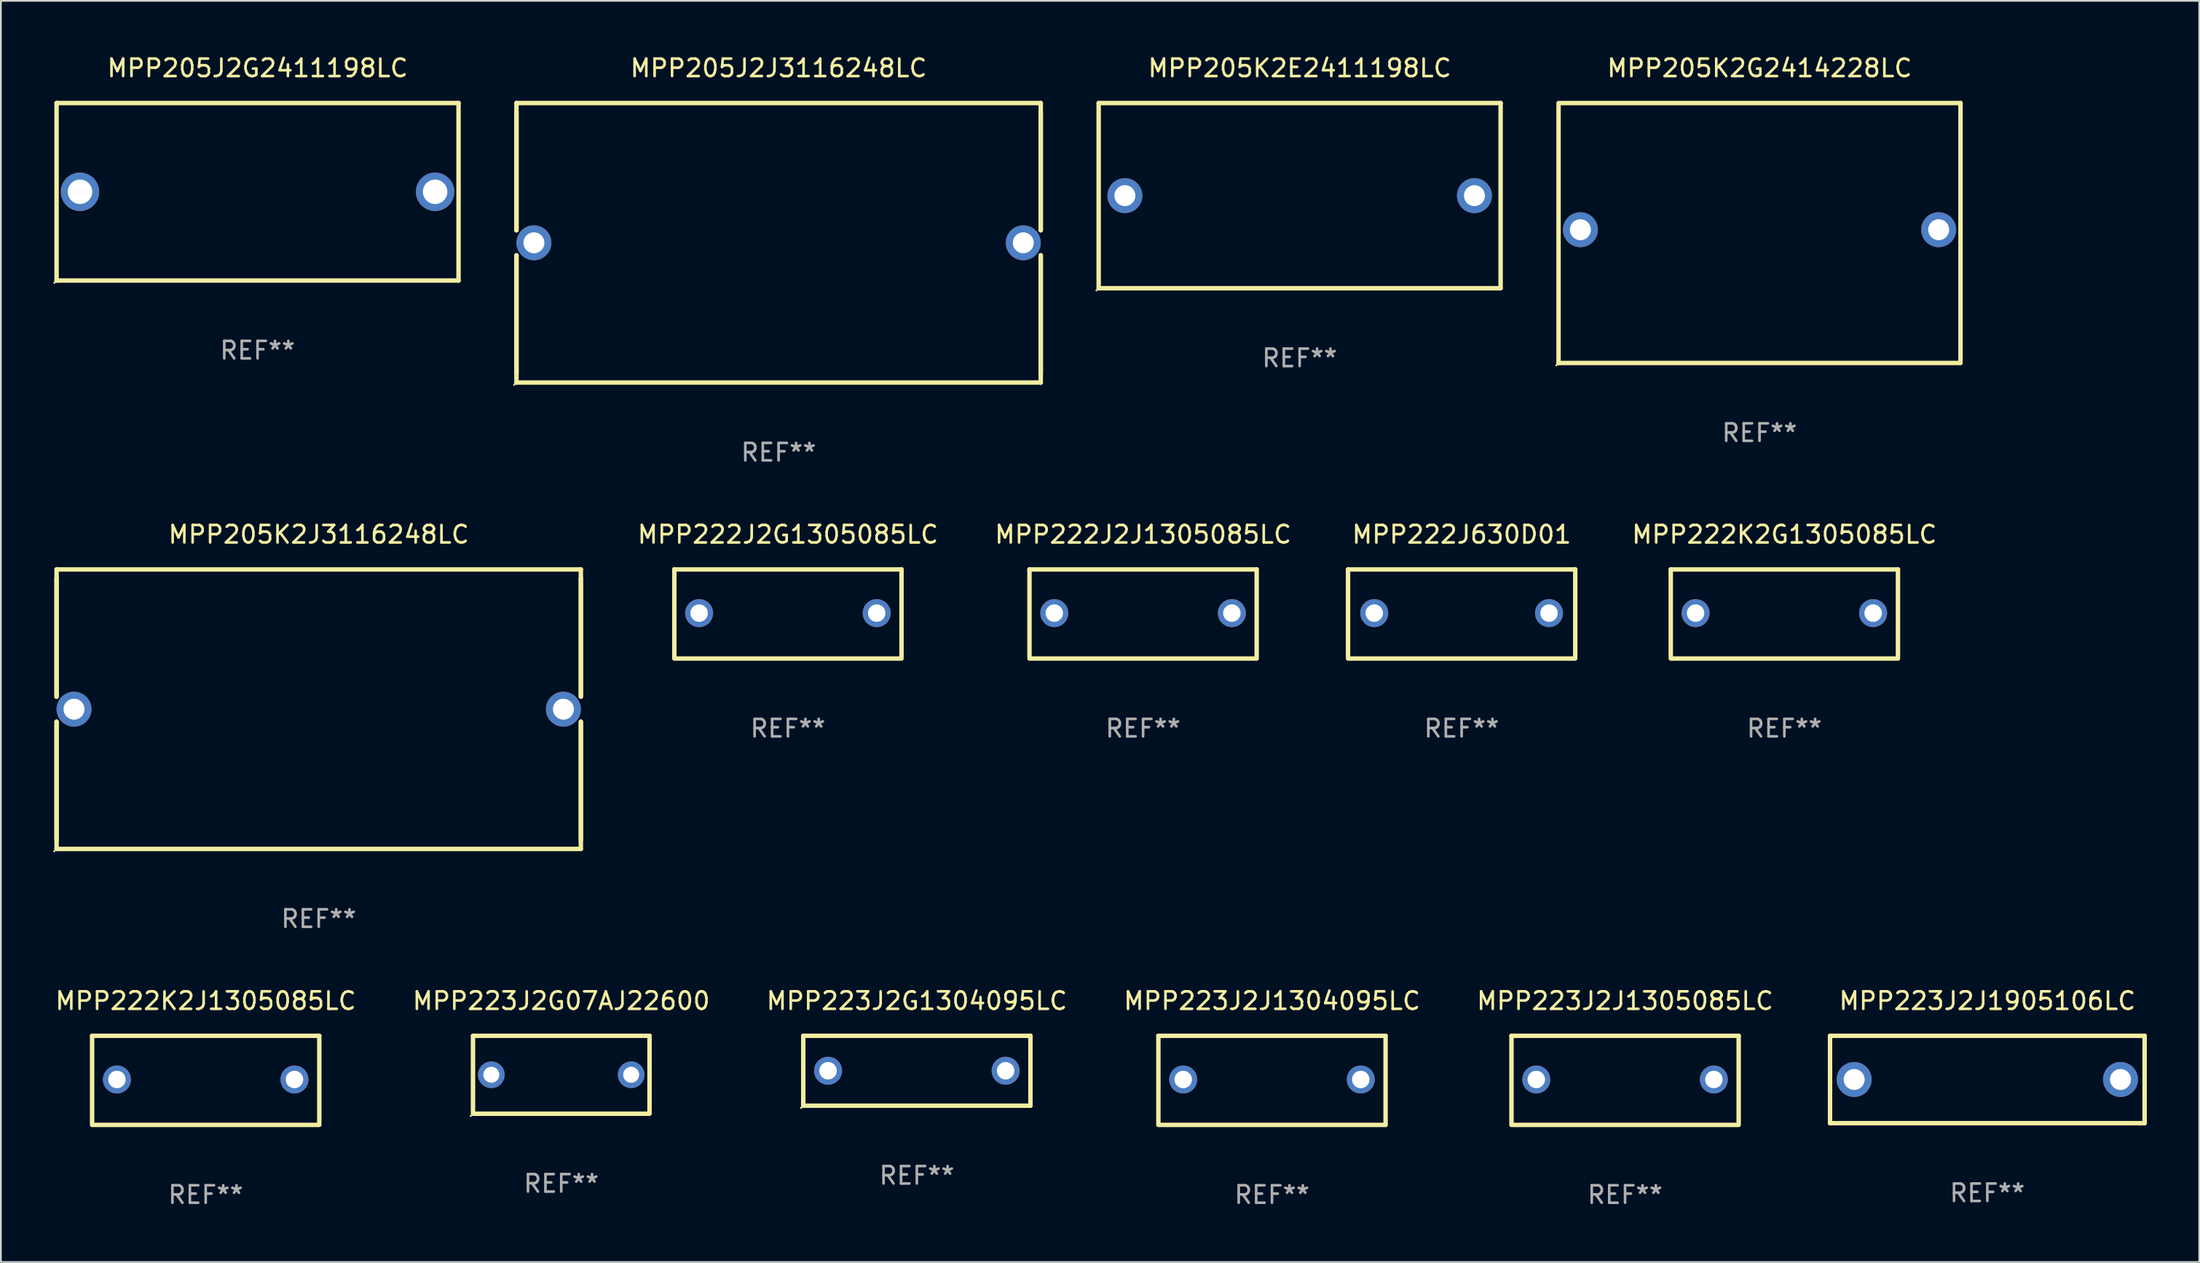
<source format=kicad_pcb>
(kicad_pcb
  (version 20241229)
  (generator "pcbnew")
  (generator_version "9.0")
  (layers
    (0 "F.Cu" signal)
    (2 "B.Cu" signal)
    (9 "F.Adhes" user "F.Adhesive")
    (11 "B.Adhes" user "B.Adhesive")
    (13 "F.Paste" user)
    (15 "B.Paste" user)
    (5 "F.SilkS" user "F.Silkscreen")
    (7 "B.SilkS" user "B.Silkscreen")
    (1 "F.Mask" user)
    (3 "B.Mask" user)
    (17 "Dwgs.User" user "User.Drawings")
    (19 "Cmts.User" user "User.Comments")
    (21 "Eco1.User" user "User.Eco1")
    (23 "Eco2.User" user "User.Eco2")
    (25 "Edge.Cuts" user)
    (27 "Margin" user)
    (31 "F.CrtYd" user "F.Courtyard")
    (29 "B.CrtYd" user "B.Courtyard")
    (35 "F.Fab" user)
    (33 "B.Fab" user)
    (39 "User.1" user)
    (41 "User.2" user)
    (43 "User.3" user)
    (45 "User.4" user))
  (footprint "MPP223J2J1905106LC"
    (layer "F.Cu")
    (at 110.663 58.741)
    (property "Reference" "MPP223J2J1905106LC" (at 0 -4.5 0) (layer "F.SilkS") (effects (font (size 1 1) (thickness 0.15))))
    (attr through_hole)
    (fp_line (start -9 -2.5) (end 9 -2.5) (stroke (width 0.254) (type solid)) (layer "F.SilkS"))
    (fp_line (start -9 2.5) (end -9 -2.5) (stroke (width 0.254) (type solid)) (layer "F.SilkS"))
    (fp_line (start 9 -2.5) (end 9 2.5) (stroke (width 0.254) (type solid)) (layer "F.SilkS"))
    (fp_line (start 9 2.5) (end -9 2.5) (stroke (width 0.254) (type solid)) (layer "F.SilkS"))
    (fp_circle (center -9 2.5) (end -8.97 2.5) (stroke (width 0.06) (type solid)) (fill no) (layer "F.SilkS"))
    (fp_text user "REF**" (at 0 6.5 0) (layer "F.Fab") (effects (font (size 1 1) (thickness 0.15))))
    (pad "1" thru_hole circle (at -7.62 -0.000127) (size 2 2) (drill 1.2) (layers "*.Cu" "*.Mask"))
    (pad "2" thru_hole circle (at 7.62 -0.000127) (size 2 2) (drill 1.2) (layers "*.Cu" "*.Mask")))
  (footprint "MPP223J2J1304095LC"
    (layer "F.Cu")
    (at 69.732 58.791)
    (property "Reference" "MPP223J2J1304095LC" (at 0 -4.55 0) (layer "F.SilkS") (effects (font (size 1 1) (thickness 0.15))))
    (attr through_hole)
    (fp_line (start -6.5 -2.55) (end 6.5 -2.55) (stroke (width 0.254) (type solid)) (layer "F.SilkS"))
    (fp_line (start -6.5 2.45) (end -6.5 -2.55) (stroke (width 0.254) (type solid)) (layer "F.SilkS"))
    (fp_line (start 6.5 -2.55) (end 6.5 2.45) (stroke (width 0.254) (type solid)) (layer "F.SilkS"))
    (fp_line (start 6.5 2.55) (end -6.5 2.55) (stroke (width 0.254) (type solid)) (layer "F.SilkS"))
    (fp_circle (center -6.5 2.45) (end -6.47 2.45) (stroke (width 0.06) (type solid)) (fill no) (layer "F.SilkS"))
    (fp_text user "REF**" (at 0 6.55 0) (layer "F.Fab") (effects (font (size 1 1) (thickness 0.15))))
    (pad "1" thru_hole circle (at -5.08 -0.05) (size 1.6 1.6) (drill 1) (layers "*.Cu" "*.Mask"))
    (pad "2" thru_hole circle (at 5.08 -0.05) (size 1.6 1.6) (drill 1) (layers "*.Cu" "*.Mask")))
  (footprint "MPP205J2G2411198LC"
    (layer "F.Cu")
    (at 11.687 7.928)
    (property "Reference" "MPP205J2G2411198LC" (at 0 -7.08 0) (layer "F.SilkS") (effects (font (size 1 1) (thickness 0.15))))
    (attr through_hole)
    (fp_line (start -11.5 -5.08) (end -11.5 5.08) (stroke (width 0.254) (type solid)) (layer "F.SilkS"))
    (fp_line (start -11.5 -5.08) (end 11.5 -5.08) (stroke (width 0.254) (type solid)) (layer "F.SilkS"))
    (fp_line (start 11.5 5.08) (end -11.5 5.08) (stroke (width 0.254) (type solid)) (layer "F.SilkS"))
    (fp_line (start 11.5 5.08) (end 11.5 -5.08) (stroke (width 0.254) (type solid)) (layer "F.SilkS"))
    (fp_circle (center -11.627 5.207) (end -11.597 5.207) (stroke (width 0.06) (type solid)) (fill no) (layer "F.SilkS"))
    (fp_text user "REF**" (at 0 9.08 0) (layer "F.Fab") (effects (font (size 1 1) (thickness 0.15))))
    (pad "1" thru_hole circle (at -10.16 0) (size 2.2 2.2) (drill 1.4) (layers "*.Cu" "*.Mask"))
    (pad "2" thru_hole circle (at 10.16 0) (size 2.2 2.2) (drill 1.4) (layers "*.Cu" "*.Mask")))
  (footprint "MPP205K2J3116248LC"
    (layer "F.Cu")
    (at 15.187 37.545)
    (property "Reference" "MPP205K2J3116248LC" (at 0 -10 0) (layer "F.SilkS") (effects (font (size 1 1) (thickness 0.15))))
    (attr through_hole)
    (fp_line (start -15 -8) (end -15 -0.717) (stroke (width 0.254) (type solid)) (layer "F.SilkS"))
    (fp_line (start -15 -8) (end 15 -8) (stroke (width 0.254) (type solid)) (layer "F.SilkS"))
    (fp_line (start -15 -7.5) (end -15 -0.717) (stroke (width 0.254) (type solid)) (layer "F.SilkS"))
    (fp_line (start -15 0.717) (end -15 7.5) (stroke (width 0.254) (type solid)) (layer "F.SilkS"))
    (fp_line (start -15 0.717) (end -15 8) (stroke (width 0.254) (type solid)) (layer "F.SilkS"))
    (fp_line (start 15 -8) (end 15 -0.717) (stroke (width 0.254) (type solid)) (layer "F.SilkS"))
    (fp_line (start 15 -7.5) (end 15 -0.717) (stroke (width 0.254) (type solid)) (layer "F.SilkS"))
    (fp_line (start 15 0.717) (end 15 7.5) (stroke (width 0.254) (type solid)) (layer "F.SilkS"))
    (fp_line (start 15 0.717) (end 15 8) (stroke (width 0.254) (type solid)) (layer "F.SilkS"))
    (fp_line (start 15 8) (end -15 8) (stroke (width 0.254) (type solid)) (layer "F.SilkS"))
    (fp_circle (center -15.127 8.127) (end -15.097 8.127) (stroke (width 0.06) (type solid)) (fill no) (layer "F.SilkS"))
    (fp_text user "REF**" (at 0 12 0) (layer "F.Fab") (effects (font (size 1 1) (thickness 0.15))))
    (pad "1" thru_hole circle (at -14.001 0) (size 2 2) (drill 1.2) (layers "*.Cu" "*.Mask"))
    (pad "2" thru_hole circle (at 14.001 0) (size 2 2) (drill 1.2) (layers "*.Cu" "*.Mask")))
  (footprint "MPP205J2J3116248LC"
    (layer "F.Cu")
    (at 41.501 10.848)
    (property "Reference" "MPP205J2J3116248LC" (at 0 -10 0) (layer "F.SilkS") (effects (font (size 1 1) (thickness 0.15))))
    (attr through_hole)
    (fp_line (start -15 -8) (end -15 -0.717) (stroke (width 0.254) (type solid)) (layer "F.SilkS"))
    (fp_line (start -15 -8) (end 15 -8) (stroke (width 0.254) (type solid)) (layer "F.SilkS"))
    (fp_line (start -15 -7.5) (end -15 -0.717) (stroke (width 0.254) (type solid)) (layer "F.SilkS"))
    (fp_line (start -15 0.717) (end -15 7.5) (stroke (width 0.254) (type solid)) (layer "F.SilkS"))
    (fp_line (start -15 0.717) (end -15 8) (stroke (width 0.254) (type solid)) (layer "F.SilkS"))
    (fp_line (start 15 -8) (end 15 -0.717) (stroke (width 0.254) (type solid)) (layer "F.SilkS"))
    (fp_line (start 15 -7.5) (end 15 -0.717) (stroke (width 0.254) (type solid)) (layer "F.SilkS"))
    (fp_line (start 15 0.717) (end 15 7.5) (stroke (width 0.254) (type solid)) (layer "F.SilkS"))
    (fp_line (start 15 0.717) (end 15 8) (stroke (width 0.254) (type solid)) (layer "F.SilkS"))
    (fp_line (start 15 8) (end -15 8) (stroke (width 0.254) (type solid)) (layer "F.SilkS"))
    (fp_circle (center -15.127 8.127) (end -15.097 8.127) (stroke (width 0.06) (type solid)) (fill no) (layer "F.SilkS"))
    (fp_text user "REF**" (at 0 12 0) (layer "F.Fab") (effects (font (size 1 1) (thickness 0.15))))
    (pad "1" thru_hole circle (at -14.001 0) (size 2 2) (drill 1.2) (layers "*.Cu" "*.Mask"))
    (pad "2" thru_hole circle (at 14.001 0) (size 2 2) (drill 1.2) (layers "*.Cu" "*.Mask")))
  (footprint "MPP222J630D01"
    (layer "F.Cu")
    (at 80.584 32.095)
    (property "Reference" "MPP222J630D01" (at 0 -4.55 0) (layer "F.SilkS") (effects (font (size 1 1) (thickness 0.15))))
    (attr through_hole)
    (fp_line (start -6.5 -2.55) (end 6.5 -2.55) (stroke (width 0.254) (type solid)) (layer "F.SilkS"))
    (fp_line (start -6.5 2.45) (end -6.5 -2.55) (stroke (width 0.254) (type solid)) (layer "F.SilkS"))
    (fp_line (start 6.5 -2.55) (end 6.5 2.45) (stroke (width 0.254) (type solid)) (layer "F.SilkS"))
    (fp_line (start 6.5 2.55) (end -6.5 2.55) (stroke (width 0.254) (type solid)) (layer "F.SilkS"))
    (fp_circle (center -6.5 2.45) (end -6.47 2.45) (stroke (width 0.06) (type solid)) (fill no) (layer "F.SilkS"))
    (fp_text user "REF**" (at 0 6.55 0) (layer "F.Fab") (effects (font (size 1 1) (thickness 0.15))))
    (pad "1" thru_hole circle (at -5 -0.05) (size 1.6 1.6) (drill 1) (layers "*.Cu" "*.Mask"))
    (pad "2" thru_hole circle (at 5 -0.05) (size 1.6 1.6) (drill 1) (layers "*.Cu" "*.Mask")))
  (footprint "MPP223J2G1304095LC"
    (layer "F.Cu")
    (at 49.411 58.241)
    (property "Reference" "MPP223J2G1304095LC" (at 0 -4 0) (layer "F.SilkS") (effects (font (size 1 1) (thickness 0.15))))
    (attr through_hole)
    (fp_line (start -6.5 -2) (end 6.5 -2) (stroke (width 0.254) (type solid)) (layer "F.SilkS"))
    (fp_line (start -6.5 2) (end -6.5 -2) (stroke (width 0.254) (type solid)) (layer "F.SilkS"))
    (fp_line (start 6.5 -2) (end 6.5 2) (stroke (width 0.254) (type solid)) (layer "F.SilkS"))
    (fp_line (start 6.5 2) (end -6.5 2) (stroke (width 0.254) (type solid)) (layer "F.SilkS"))
    (fp_circle (center -6.627 2.127) (end -6.597 2.127) (stroke (width 0.06) (type solid)) (fill no) (layer "F.SilkS"))
    (fp_text user "REF**" (at 0 6 0) (layer "F.Fab") (effects (font (size 1 1) (thickness 0.15))))
    (pad "1" thru_hole circle (at -5.08 0) (size 1.6 1.6) (drill 1) (layers "*.Cu" "*.Mask"))
    (pad "2" thru_hole circle (at 5.08 0) (size 1.6 1.6) (drill 1) (layers "*.Cu" "*.Mask")))
  (footprint "MPP222J2G1305085LC"
    (layer "F.Cu")
    (at 42.034 32.095)
    (property "Reference" "MPP222J2G1305085LC" (at 0 -4.55 0) (layer "F.SilkS") (effects (font (size 1 1) (thickness 0.15))))
    (attr through_hole)
    (fp_line (start -6.5 -2.55) (end 6.5 -2.55) (stroke (width 0.254) (type solid)) (layer "F.SilkS"))
    (fp_line (start -6.5 2.45) (end -6.5 -2.55) (stroke (width 0.254) (type solid)) (layer "F.SilkS"))
    (fp_line (start 6.5 -2.55) (end 6.5 2.45) (stroke (width 0.254) (type solid)) (layer "F.SilkS"))
    (fp_line (start 6.5 2.55) (end -6.5 2.55) (stroke (width 0.254) (type solid)) (layer "F.SilkS"))
    (fp_circle (center -6.5 2.45) (end -6.47 2.45) (stroke (width 0.06) (type solid)) (fill no) (layer "F.SilkS"))
    (fp_text user "REF**" (at 0 6.55 0) (layer "F.Fab") (effects (font (size 1 1) (thickness 0.15))))
    (pad "1" thru_hole circle (at -5.08 -0.05) (size 1.6 1.6) (drill 1) (layers "*.Cu" "*.Mask"))
    (pad "2" thru_hole circle (at 5.08 -0.05) (size 1.6 1.6) (drill 1) (layers "*.Cu" "*.Mask")))
  (footprint "MPP222K2G1305085LC"
    (layer "F.Cu")
    (at 99.05 32.095)
    (property "Reference" "MPP222K2G1305085LC" (at 0 -4.55 0) (layer "F.SilkS") (effects (font (size 1 1) (thickness 0.15))))
    (attr through_hole)
    (fp_line (start -6.5 -2.55) (end 6.5 -2.55) (stroke (width 0.254) (type solid)) (layer "F.SilkS"))
    (fp_line (start -6.5 2.45) (end -6.5 -2.55) (stroke (width 0.254) (type solid)) (layer "F.SilkS"))
    (fp_line (start 6.5 -2.55) (end 6.5 2.45) (stroke (width 0.254) (type solid)) (layer "F.SilkS"))
    (fp_line (start 6.5 2.55) (end -6.5 2.55) (stroke (width 0.254) (type solid)) (layer "F.SilkS"))
    (fp_circle (center -6.5 2.45) (end -6.47 2.45) (stroke (width 0.06) (type solid)) (fill no) (layer "F.SilkS"))
    (fp_text user "REF**" (at 0 6.55 0) (layer "F.Fab") (effects (font (size 1 1) (thickness 0.15))))
    (pad "1" thru_hole circle (at -5.08 -0.05) (size 1.6 1.6) (drill 1) (layers "*.Cu" "*.Mask"))
    (pad "2" thru_hole circle (at 5.08 -0.05) (size 1.6 1.6) (drill 1) (layers "*.Cu" "*.Mask")))
  (footprint "MPP222K2J1305085LC"
    (layer "F.Cu")
    (at 8.72 58.791)
    (property "Reference" "MPP222K2J1305085LC" (at 0 -4.55 0) (layer "F.SilkS") (effects (font (size 1 1) (thickness 0.15))))
    (attr through_hole)
    (fp_line (start -6.5 -2.55) (end 6.5 -2.55) (stroke (width 0.254) (type solid)) (layer "F.SilkS"))
    (fp_line (start -6.5 2.45) (end -6.5 -2.55) (stroke (width 0.254) (type solid)) (layer "F.SilkS"))
    (fp_line (start 6.5 -2.55) (end 6.5 2.45) (stroke (width 0.254) (type solid)) (layer "F.SilkS"))
    (fp_line (start 6.5 2.55) (end -6.5 2.55) (stroke (width 0.254) (type solid)) (layer "F.SilkS"))
    (fp_circle (center -6.5 2.45) (end -6.47 2.45) (stroke (width 0.06) (type solid)) (fill no) (layer "F.SilkS"))
    (fp_text user "REF**" (at 0 6.55 0) (layer "F.Fab") (effects (font (size 1 1) (thickness 0.15))))
    (pad "1" thru_hole circle (at -5.08 -0.05) (size 1.6 1.6) (drill 1) (layers "*.Cu" "*.Mask"))
    (pad "2" thru_hole circle (at 5.08 -0.05) (size 1.6 1.6) (drill 1) (layers "*.Cu" "*.Mask")))
  (footprint "MPP223J2J1305085LC"
    (layer "F.Cu")
    (at 89.935 58.791)
    (property "Reference" "MPP223J2J1305085LC" (at 0 -4.55 0) (layer "F.SilkS") (effects (font (size 1 1) (thickness 0.15))))
    (attr through_hole)
    (fp_line (start -6.5 -2.55) (end 6.5 -2.55) (stroke (width 0.254) (type solid)) (layer "F.SilkS"))
    (fp_line (start -6.5 2.45) (end -6.5 -2.55) (stroke (width 0.254) (type solid)) (layer "F.SilkS"))
    (fp_line (start 6.5 -2.55) (end 6.5 2.45) (stroke (width 0.254) (type solid)) (layer "F.SilkS"))
    (fp_line (start 6.5 2.55) (end -6.5 2.55) (stroke (width 0.254) (type solid)) (layer "F.SilkS"))
    (fp_circle (center -6.5 2.45) (end -6.47 2.45) (stroke (width 0.06) (type solid)) (fill no) (layer "F.SilkS"))
    (fp_text user "REF**" (at 0 6.55 0) (layer "F.Fab") (effects (font (size 1 1) (thickness 0.15))))
    (pad "1" thru_hole circle (at -5.08 -0.05) (size 1.6 1.6) (drill 1) (layers "*.Cu" "*.Mask"))
    (pad "2" thru_hole circle (at 5.08 -0.05) (size 1.6 1.6) (drill 1) (layers "*.Cu" "*.Mask")))
  (footprint "MPP223J2G07AJ22600"
    (layer "F.Cu")
    (at 29.065 58.471)
    (property "Reference" "MPP223J2G07AJ22600" (at 0 -4.23 0) (layer "F.SilkS") (effects (font (size 1 1) (thickness 0.15))))
    (attr through_hole)
    (fp_line (start -5.05 -2.23) (end 5.05 -2.23) (stroke (width 0.254) (type solid)) (layer "F.SilkS"))
    (fp_line (start -5.05 2.23) (end -5.05 -2.23) (stroke (width 0.254) (type solid)) (layer "F.SilkS"))
    (fp_line (start 5.02 2.23) (end -4.98 2.23) (stroke (width 0.254) (type solid)) (layer "F.SilkS"))
    (fp_line (start 5.05 -2.23) (end 5.05 2.23) (stroke (width 0.254) (type solid)) (layer "F.SilkS"))
    (fp_circle (center -5.177 2.357) (end -5.147 2.357) (stroke (width 0.06) (type solid)) (fill no) (layer "F.SilkS"))
    (fp_text user "REF**" (at 0 6.23 0) (layer "F.Fab") (effects (font (size 1 1) (thickness 0.15))))
    (pad "1" thru_hole circle (at -4.001 0.000064) (size 1.524 1.524) (drill 0.914) (layers "*.Cu" "*.Mask"))
    (pad "2" thru_hole circle (at 4 0.000064) (size 1.524 1.524) (drill 0.914) (layers "*.Cu" "*.Mask")))
  (footprint "MPP222J2J1305085LC"
    (layer "F.Cu")
    (at 62.356 32.095)
    (property "Reference" "MPP222J2J1305085LC" (at 0 -4.55 0) (layer "F.SilkS") (effects (font (size 1 1) (thickness 0.15))))
    (attr through_hole)
    (fp_line (start -6.5 -2.55) (end 6.5 -2.55) (stroke (width 0.254) (type solid)) (layer "F.SilkS"))
    (fp_line (start -6.5 2.45) (end -6.5 -2.55) (stroke (width 0.254) (type solid)) (layer "F.SilkS"))
    (fp_line (start 6.5 -2.55) (end 6.5 2.45) (stroke (width 0.254) (type solid)) (layer "F.SilkS"))
    (fp_line (start 6.5 2.55) (end -6.5 2.55) (stroke (width 0.254) (type solid)) (layer "F.SilkS"))
    (fp_circle (center -6.5 2.45) (end -6.47 2.45) (stroke (width 0.06) (type solid)) (fill no) (layer "F.SilkS"))
    (fp_text user "REF**" (at 0 6.55 0) (layer "F.Fab") (effects (font (size 1 1) (thickness 0.15))))
    (pad "1" thru_hole circle (at -5.08 -0.05) (size 1.6 1.6) (drill 1) (layers "*.Cu" "*.Mask"))
    (pad "2" thru_hole circle (at 5.08 -0.05) (size 1.6 1.6) (drill 1) (layers "*.Cu" "*.Mask")))
  (footprint "MPP205K2E2411198LC"
    (layer "F.Cu")
    (at 71.315 8.148)
    (property "Reference" "MPP205K2E2411198LC" (at 0 -7.3 0) (layer "F.SilkS") (effects (font (size 1 1) (thickness 0.15))))
    (attr through_hole)
    (fp_line (start -11.5 -5.3) (end -11.5 5.3) (stroke (width 0.254) (type solid)) (layer "F.SilkS"))
    (fp_line (start -11.5 -5.3) (end 11.5 -5.3) (stroke (width 0.254) (type solid)) (layer "F.SilkS"))
    (fp_line (start -11.5 5.3) (end 11.5 5.3) (stroke (width 0.254) (type solid)) (layer "F.SilkS"))
    (fp_line (start 11.5 -5.3) (end 11.5 5.3) (stroke (width 0.254) (type solid)) (layer "F.SilkS"))
    (fp_circle (center -11.627 5.427) (end -11.597 5.427) (stroke (width 0.06) (type solid)) (fill no) (layer "F.SilkS"))
    (fp_text user "REF**" (at 0 9.3 0) (layer "F.Fab") (effects (font (size 1 1) (thickness 0.15))))
    (pad "1" thru_hole circle (at -10 0) (size 2 2) (drill 1.2) (layers "*.Cu" "*.Mask"))
    (pad "2" thru_hole circle (at 10 0) (size 2 2) (drill 1.2) (layers "*.Cu" "*.Mask")))
  (footprint "MPP205K2G2414228LC"
    (layer "F.Cu")
    (at 97.629 10.288)
    (property "Reference" "MPP205K2G2414228LC" (at 0 -9.439 0) (layer "F.SilkS") (effects (font (size 1 1) (thickness 0.15))))
    (attr through_hole)
    (fp_line (start -11.5 -7.439) (end 11.5 -7.439) (stroke (width 0.254) (type solid)) (layer "F.SilkS"))
    (fp_line (start -11.5 7.439) (end -11.5 -7.311) (stroke (width 0.254) (type solid)) (layer "F.SilkS"))
    (fp_line (start 11.5 -7.439) (end 11.5 7.311) (stroke (width 0.254) (type solid)) (layer "F.SilkS"))
    (fp_line (start 11.5 7.439) (end -11.5 7.439) (stroke (width 0.254) (type solid)) (layer "F.SilkS"))
    (fp_circle (center -11.627 7.566) (end -11.597 7.566) (stroke (width 0.06) (type solid)) (fill no) (layer "F.SilkS"))
    (fp_text user "REF**" (at 0 11.439 0) (layer "F.Fab") (effects (font (size 1 1) (thickness 0.15))))
    (pad "1" thru_hole circle (at -10.25 -0.189) (size 2 2) (drill 1.2) (layers "*.Cu" "*.Mask"))
    (pad "2" thru_hole circle (at 10.25 -0.189) (size 2 2) (drill 1.2) (layers "*.Cu" "*.Mask")))
  (gr_rect
    (start -3 -3)
    (end 122.79 69.189)
    (stroke (width 0.1) (type default))
    (fill no)
    (layer "Edge.Cuts")))
</source>
